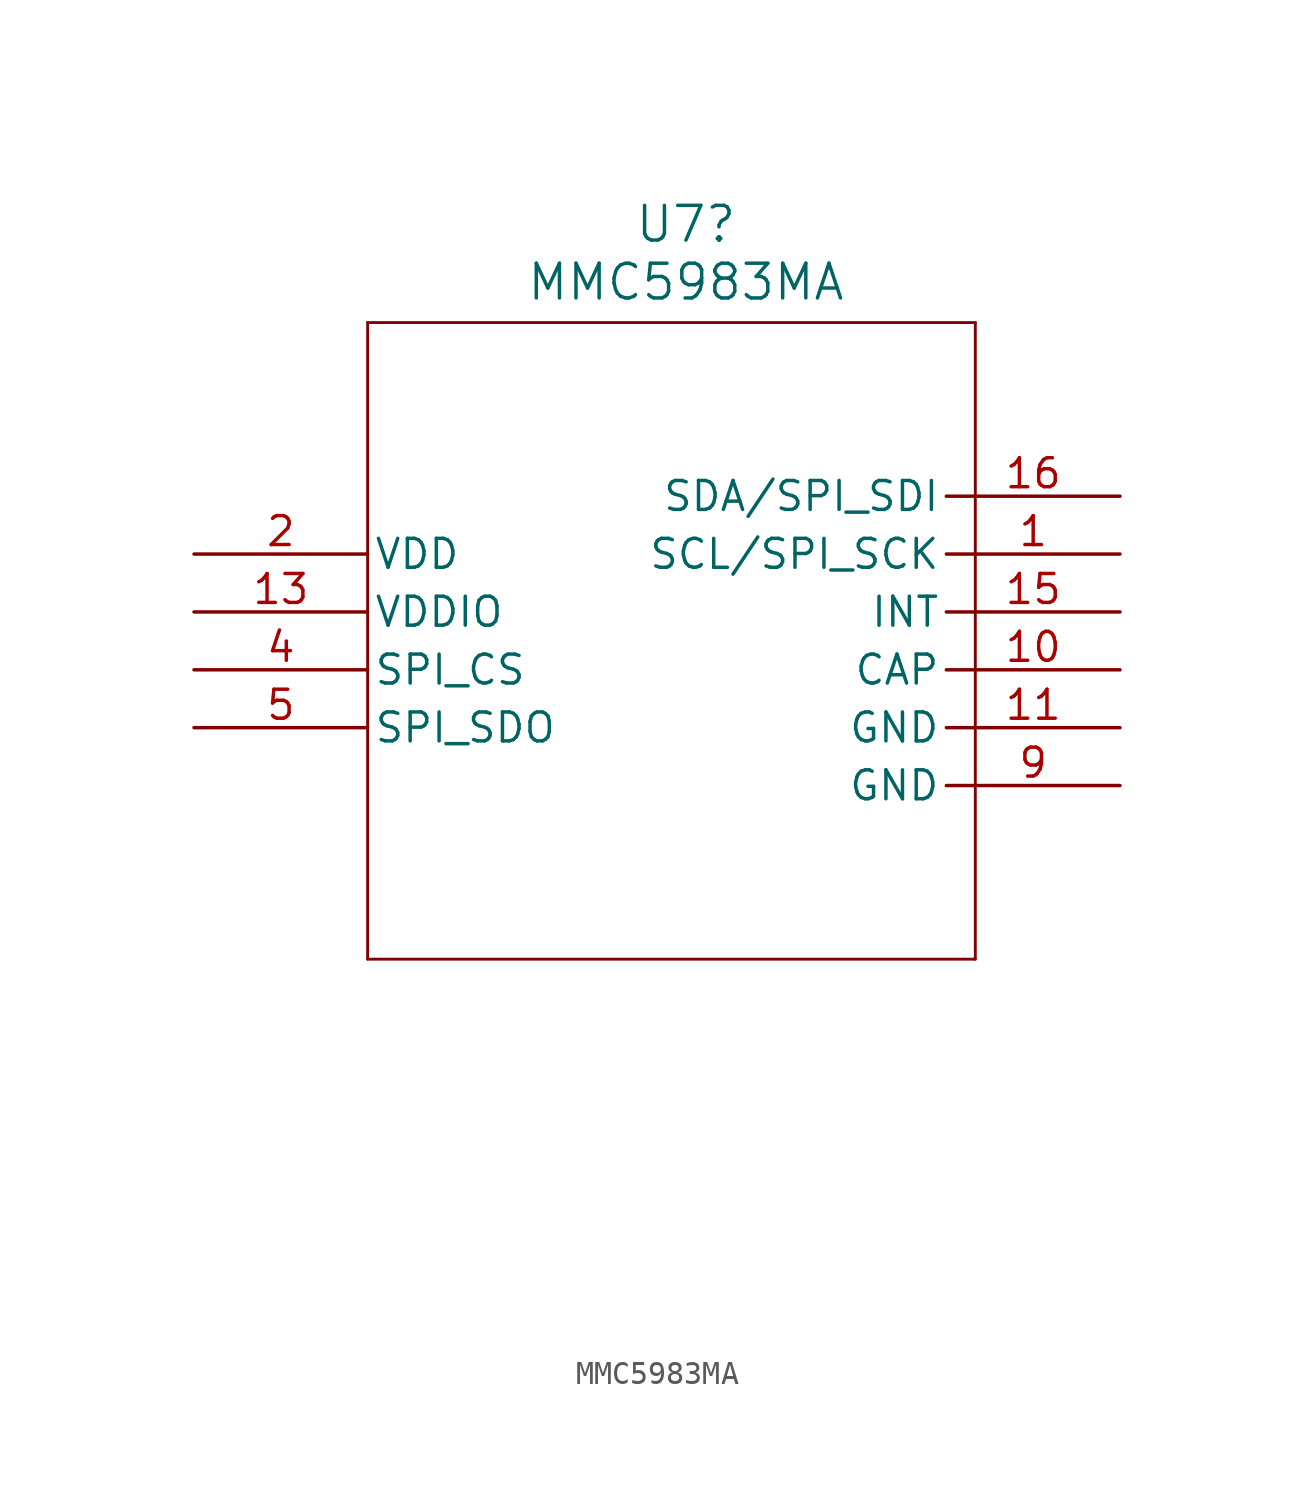
<source format=kicad_sym>
(kicad_symbol_lib
  (version 20241209)
  (generator "kicad_symbol_editor")
  (generator_version "9.0")
  (symbol "MMC5983MA"
    (pin_names
      (offset 0.254))
    (property "Reference" "U7"
      (at 0 18.288 0)
      (effects (font (size 1.524 1.524))))
    (property "Value" "MMC5983MA"
      (at 0 15.748 0)
      (effects (font (size 1.524 1.524))))
    (property "ki_locked" ""
      (at 0 0 0)
      (effects (font (size 1.27 1.27))))
    (symbol "MMC5983MA_0_1"
      (polyline (pts (xy -13.97 13.97) (xy -13.97 -13.97)) (stroke (width 0.127) (type default)) (fill (type none)))
      (polyline (pts (xy -13.97 -13.97) (xy 12.7 -13.97)) (stroke (width 0.127) (type default)) (fill (type none)))
      (polyline (pts (xy 12.7 13.97) (xy -13.97 13.97)) (stroke (width 0.127) (type default)) (fill (type none)))
      (polyline (pts (xy 12.7 -13.97) (xy 12.7 13.97)) (stroke (width 0.127) (type default)) (fill (type none)))
      (pin power_in line (at -21.59 3.81 0) (length 7.62) (name "VDD" (effects (font (size 1.27 1.27)))) (number "2" (effects (font (size 1.27 1.27)))))
      (pin power_in line (at -21.59 1.27 0) (length 7.62) (name "VDDIO" (effects (font (size 1.27 1.27)))) (number "13" (effects (font (size 1.27 1.27)))))
      (pin input line (at -21.59 -1.27 0) (length 7.62) (name "SPI_CS" (effects (font (size 1.27 1.27)))) (number "4" (effects (font (size 1.27 1.27)))))
      (pin output line (at -21.59 -3.81 0) (length 7.62) (name "SPI_SDO" (effects (font (size 1.27 1.27)))) (number "5" (effects (font (size 1.27 1.27)))))
      (pin no_connect line (at -12.7 -19.05 0) (length 7.62) (hide yes) (name "NC" (effects (font (size 1.27 1.27)))) (number "3" (effects (font (size 1.27 1.27)))))
      (pin no_connect line (at -12.7 -21.59 0) (length 7.62) (hide yes) (name "NC" (effects (font (size 1.27 1.27)))) (number "6" (effects (font (size 1.27 1.27)))))
      (pin no_connect line (at -12.7 -24.13 0) (length 7.62) (hide yes) (name "NC" (effects (font (size 1.27 1.27)))) (number "7" (effects (font (size 1.27 1.27)))))
      (pin no_connect line (at -12.7 -26.67 0) (length 7.62) (hide yes) (name "NC" (effects (font (size 1.27 1.27)))) (number "8" (effects (font (size 1.27 1.27)))))
      (pin no_connect line (at 12.7 -20.32 180) (length 7.62) (hide yes) (name "NC" (effects (font (size 1.27 1.27)))) (number "14" (effects (font (size 1.27 1.27)))))
      (pin no_connect line (at 12.7 -22.86 180) (length 7.62) (hide yes) (name "NC" (effects (font (size 1.27 1.27)))) (number "12" (effects (font (size 1.27 1.27)))))
      (pin bidirectional line (at 19.05 6.35 180) (length 7.62) (name "SDA/SPI_SDI" (effects (font (size 1.27 1.27)))) (number "16" (effects (font (size 1.27 1.27)))))
      (pin input line (at 19.05 3.81 180) (length 7.62) (name "SCL/SPI_SCK" (effects (font (size 1.27 1.27)))) (number "1" (effects (font (size 1.27 1.27)))))
      (pin output line (at 19.05 1.27 180) (length 7.62) (name "INT" (effects (font (size 1.27 1.27)))) (number "15" (effects (font (size 1.27 1.27)))))
      (pin passive line (at 19.05 -1.27 180) (length 7.62) (name "CAP" (effects (font (size 1.27 1.27)))) (number "10" (effects (font (size 1.27 1.27)))))
      (pin power_in line (at 19.05 -3.81 180) (length 7.62) (name "GND" (effects (font (size 1.27 1.27)))) (number "11" (effects (font (size 1.27 1.27)))))
      (pin power_in line (at 19.05 -6.35 180) (length 7.62) (name "GND" (effects (font (size 1.27 1.27)))) (number "9" (effects (font (size 1.27 1.27))))))))
</source>
